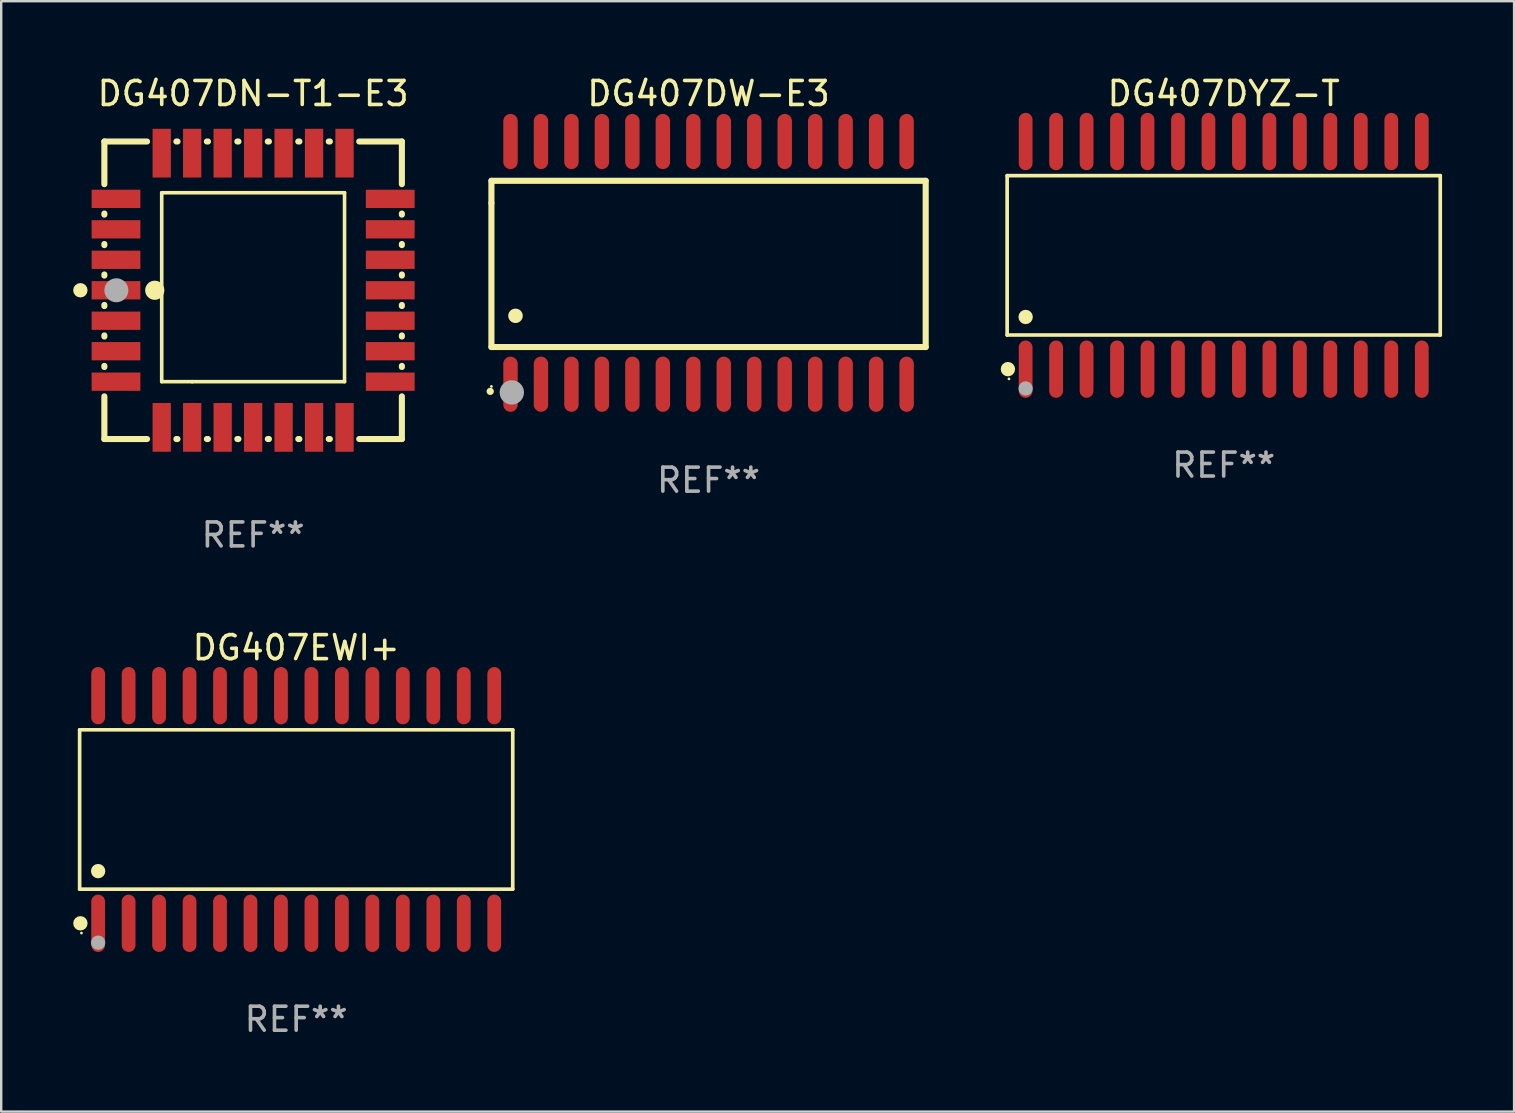
<source format=kicad_pcb>
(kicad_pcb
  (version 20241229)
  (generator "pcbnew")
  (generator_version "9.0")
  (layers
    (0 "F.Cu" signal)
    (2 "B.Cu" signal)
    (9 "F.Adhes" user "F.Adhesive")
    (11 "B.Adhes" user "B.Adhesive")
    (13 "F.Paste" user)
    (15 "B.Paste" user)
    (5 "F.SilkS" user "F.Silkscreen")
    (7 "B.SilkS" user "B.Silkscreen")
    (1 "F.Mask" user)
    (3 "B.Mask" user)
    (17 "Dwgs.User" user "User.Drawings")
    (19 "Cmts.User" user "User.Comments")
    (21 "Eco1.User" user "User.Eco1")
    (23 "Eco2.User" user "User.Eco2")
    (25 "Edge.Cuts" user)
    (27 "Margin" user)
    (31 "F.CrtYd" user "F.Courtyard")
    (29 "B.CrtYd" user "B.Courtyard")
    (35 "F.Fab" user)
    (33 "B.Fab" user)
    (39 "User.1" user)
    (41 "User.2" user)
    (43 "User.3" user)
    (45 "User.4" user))
  (footprint "DG407DW-E3"
    (layer "F.Cu")
    (at 26.482 7.906)
    (property "Reference" "DG407DW-E3" (at 0 -7.058 0) (layer "F.SilkS") (effects (font (size 1 1) (thickness 0.15))))
    (attr through_hole)
    (fp_line (start -9.05 -3.42) (end 9.05 -3.42) (stroke (width 0.254) (type solid)) (layer "F.SilkS"))
    (fp_line (start -9.05 -2.492) (end -9.05 -3.42) (stroke (width 0.254) (type solid)) (layer "F.SilkS"))
    (fp_line (start -9.05 3.508) (end -9.05 -2.492) (stroke (width 0.254) (type solid)) (layer "F.SilkS"))
    (fp_line (start 9.05 -3.42) (end 9.05 3.508) (stroke (width 0.254) (type solid)) (layer "F.SilkS"))
    (fp_line (start 9.05 3.508) (end -9.05 3.508) (stroke (width 0.254) (type solid)) (layer "F.SilkS"))
    (fp_arc (start -9.100838 5.35649) (mid -9.099568 5.356485) (end -9.098298 5.35649) (stroke (width 0.3) (type solid)) (layer "F.SilkS"))
    (fp_arc (start -8.049276 2.206883) (mid -8.046736 2.206872) (end -8.044196 2.206883) (stroke (width 0.6) (type solid)) (layer "F.SilkS"))
    (fp_circle (center -9.05 5.15) (end -9.02 5.15) (stroke (width 0.06) (type solid)) (fill no) (layer "F.SilkS"))
    (fp_circle (center -8.2 5.4) (end -7.946 5.4) (stroke (width 0.508) (type solid)) (fill no) (layer "F.Fab"))
    (fp_text user "REF**" (at 0 9.058 0) (layer "F.Fab") (effects (font (size 1 1) (thickness 0.15))))
    (pad "1" smd oval (at -8.255 5.058 180) (size 0.6 2.3) (layers "F.Cu" "F.Mask" "F.Paste"))
    (pad "2" smd oval (at -6.985 5.058 180) (size 0.6 2.3) (layers "F.Cu" "F.Mask" "F.Paste"))
    (pad "3" smd oval (at -5.715 5.058 180) (size 0.6 2.3) (layers "F.Cu" "F.Mask" "F.Paste"))
    (pad "4" smd oval (at -4.445 5.058 180) (size 0.6 2.3) (layers "F.Cu" "F.Mask" "F.Paste"))
    (pad "5" smd oval (at -3.175 5.058 180) (size 0.6 2.3) (layers "F.Cu" "F.Mask" "F.Paste"))
    (pad "6" smd oval (at -1.905 5.058 180) (size 0.6 2.3) (layers "F.Cu" "F.Mask" "F.Paste"))
    (pad "7" smd oval (at -0.635 5.058 180) (size 0.6 2.3) (layers "F.Cu" "F.Mask" "F.Paste"))
    (pad "8" smd oval (at 0.635 5.058 180) (size 0.6 2.3) (layers "F.Cu" "F.Mask" "F.Paste"))
    (pad "9" smd oval (at 1.905 5.058 180) (size 0.6 2.3) (layers "F.Cu" "F.Mask" "F.Paste"))
    (pad "10" smd oval (at 3.175 5.058 180) (size 0.6 2.3) (layers "F.Cu" "F.Mask" "F.Paste"))
    (pad "11" smd oval (at 4.445 5.058 180) (size 0.6 2.3) (layers "F.Cu" "F.Mask" "F.Paste"))
    (pad "12" smd oval (at 5.715 5.058 180) (size 0.6 2.3) (layers "F.Cu" "F.Mask" "F.Paste"))
    (pad "13" smd oval (at 6.985 5.058 180) (size 0.6 2.3) (layers "F.Cu" "F.Mask" "F.Paste"))
    (pad "14" smd oval (at 8.255 5.058 180) (size 0.6 2.3) (layers "F.Cu" "F.Mask" "F.Paste"))
    (pad "15" smd oval (at 8.255 -5.058 180) (size 0.6 2.3) (layers "F.Cu" "F.Mask" "F.Paste"))
    (pad "16" smd oval (at 6.985 -5.058 180) (size 0.6 2.3) (layers "F.Cu" "F.Mask" "F.Paste"))
    (pad "17" smd oval (at 5.715 -5.058 180) (size 0.6 2.3) (layers "F.Cu" "F.Mask" "F.Paste"))
    (pad "18" smd oval (at 4.445 -5.058 180) (size 0.6 2.3) (layers "F.Cu" "F.Mask" "F.Paste"))
    (pad "19" smd oval (at 3.175 -5.058 180) (size 0.6 2.3) (layers "F.Cu" "F.Mask" "F.Paste"))
    (pad "20" smd oval (at 1.905 -5.058 180) (size 0.6 2.3) (layers "F.Cu" "F.Mask" "F.Paste"))
    (pad "21" smd oval (at 0.635 -5.058 180) (size 0.6 2.3) (layers "F.Cu" "F.Mask" "F.Paste"))
    (pad "22" smd oval (at -0.635 -5.058 180) (size 0.6 2.3) (layers "F.Cu" "F.Mask" "F.Paste"))
    (pad "23" smd oval (at -1.905 -5.058 180) (size 0.6 2.3) (layers "F.Cu" "F.Mask" "F.Paste"))
    (pad "24" smd oval (at -3.175 -5.058 180) (size 0.6 2.3) (layers "F.Cu" "F.Mask" "F.Paste"))
    (pad "25" smd oval (at -4.445 -5.058 180) (size 0.6 2.3) (layers "F.Cu" "F.Mask" "F.Paste"))
    (pad "26" smd oval (at -5.715 -5.058 180) (size 0.6 2.3) (layers "F.Cu" "F.Mask" "F.Paste"))
    (pad "27" smd oval (at -6.985 -5.058 180) (size 0.6 2.3) (layers "F.Cu" "F.Mask" "F.Paste"))
    (pad "28" smd oval (at -8.255 -5.058 180) (size 0.6 2.3) (layers "F.Cu" "F.Mask" "F.Paste")))
  (footprint "DG407DYZ-T"
    (layer "F.Cu")
    (at 47.953 7.592)
    (property "Reference" "DG407DYZ-T" (at 0 -6.744 0) (layer "F.SilkS") (effects (font (size 1 1) (thickness 0.15))))
    (attr through_hole)
    (fp_line (start -9.026 -3.321) (end 9.026 -3.321) (stroke (width 0.152) (type solid)) (layer "F.SilkS"))
    (fp_line (start -9.026 3.321) (end -9.026 -3.321) (stroke (width 0.152) (type solid)) (layer "F.SilkS"))
    (fp_line (start 9.026 -3.321) (end 9.026 3.321) (stroke (width 0.152) (type solid)) (layer "F.SilkS"))
    (fp_line (start 9.026 3.321) (end -9.026 3.321) (stroke (width 0.152) (type solid)) (layer "F.SilkS"))
    (fp_circle (center -8.994 4.744) (end -8.844 4.744) (stroke (width 0.3) (type solid)) (fill no) (layer "F.SilkS"))
    (fp_circle (center -8.95 5.15) (end -8.92 5.15) (stroke (width 0.06) (type solid)) (fill no) (layer "F.SilkS"))
    (fp_circle (center -8.255 2.569) (end -8.105 2.569) (stroke (width 0.3) (type solid)) (fill no) (layer "F.SilkS"))
    (fp_circle (center -8.255 5.55) (end -8.105 5.55) (stroke (width 0.3) (type solid)) (fill no) (layer "F.Fab"))
    (fp_text user "REF**" (at 0 8.744 0) (layer "F.Fab") (effects (font (size 1 1) (thickness 0.15))))
    (pad "1" smd oval (at -8.255 4.744) (size 0.574 2.388) (layers "F.Cu" "F.Mask" "F.Paste"))
    (pad "2" smd oval (at -6.985 4.744) (size 0.574 2.388) (layers "F.Cu" "F.Mask" "F.Paste"))
    (pad "3" smd oval (at -5.715 4.744) (size 0.574 2.388) (layers "F.Cu" "F.Mask" "F.Paste"))
    (pad "4" smd oval (at -4.445 4.744) (size 0.574 2.388) (layers "F.Cu" "F.Mask" "F.Paste"))
    (pad "5" smd oval (at -3.175 4.744) (size 0.574 2.388) (layers "F.Cu" "F.Mask" "F.Paste"))
    (pad "6" smd oval (at -1.905 4.744) (size 0.574 2.388) (layers "F.Cu" "F.Mask" "F.Paste"))
    (pad "7" smd oval (at -0.635 4.744) (size 0.574 2.388) (layers "F.Cu" "F.Mask" "F.Paste"))
    (pad "8" smd oval (at 0.635 4.744) (size 0.574 2.388) (layers "F.Cu" "F.Mask" "F.Paste"))
    (pad "9" smd oval (at 1.905 4.744) (size 0.574 2.388) (layers "F.Cu" "F.Mask" "F.Paste"))
    (pad "10" smd oval (at 3.175 4.744) (size 0.574 2.388) (layers "F.Cu" "F.Mask" "F.Paste"))
    (pad "11" smd oval (at 4.445 4.744) (size 0.574 2.388) (layers "F.Cu" "F.Mask" "F.Paste"))
    (pad "12" smd oval (at 5.715 4.744) (size 0.574 2.388) (layers "F.Cu" "F.Mask" "F.Paste"))
    (pad "13" smd oval (at 6.985 4.744) (size 0.574 2.388) (layers "F.Cu" "F.Mask" "F.Paste"))
    (pad "14" smd oval (at 8.255 4.744) (size 0.574 2.388) (layers "F.Cu" "F.Mask" "F.Paste"))
    (pad "15" smd oval (at 8.255 -4.744) (size 0.574 2.388) (layers "F.Cu" "F.Mask" "F.Paste"))
    (pad "16" smd oval (at 6.985 -4.744) (size 0.574 2.388) (layers "F.Cu" "F.Mask" "F.Paste"))
    (pad "17" smd oval (at 5.715 -4.744) (size 0.574 2.388) (layers "F.Cu" "F.Mask" "F.Paste"))
    (pad "18" smd oval (at 4.445 -4.744) (size 0.574 2.388) (layers "F.Cu" "F.Mask" "F.Paste"))
    (pad "19" smd oval (at 3.175 -4.744) (size 0.574 2.388) (layers "F.Cu" "F.Mask" "F.Paste"))
    (pad "20" smd oval (at 1.905 -4.744) (size 0.574 2.388) (layers "F.Cu" "F.Mask" "F.Paste"))
    (pad "21" smd oval (at 0.635 -4.744) (size 0.574 2.388) (layers "F.Cu" "F.Mask" "F.Paste"))
    (pad "22" smd oval (at -0.635 -4.744) (size 0.574 2.388) (layers "F.Cu" "F.Mask" "F.Paste"))
    (pad "23" smd oval (at -1.905 -4.744) (size 0.574 2.388) (layers "F.Cu" "F.Mask" "F.Paste"))
    (pad "24" smd oval (at -3.175 -4.744) (size 0.574 2.388) (layers "F.Cu" "F.Mask" "F.Paste"))
    (pad "25" smd oval (at -4.445 -4.744) (size 0.574 2.388) (layers "F.Cu" "F.Mask" "F.Paste"))
    (pad "26" smd oval (at -5.715 -4.744) (size 0.574 2.388) (layers "F.Cu" "F.Mask" "F.Paste"))
    (pad "27" smd oval (at -6.985 -4.744) (size 0.574 2.388) (layers "F.Cu" "F.Mask" "F.Paste"))
    (pad "28" smd oval (at -8.255 -4.744) (size 0.574 2.388) (layers "F.Cu" "F.Mask" "F.Paste")))
  (footprint "DG407DN-T1-E3"
    (layer "F.Cu")
    (at 7.5 9.048)
    (property "Reference" "DG407DN-T1-E3" (at 0 -8.2 0) (layer "F.SilkS") (effects (font (size 1 1) (thickness 0.15))))
    (attr through_hole)
    (fp_line (start -6.2 -6.2) (end -4.422 -6.2) (stroke (width 0.254) (type solid)) (layer "F.SilkS"))
    (fp_line (start -6.2 -4.422) (end -6.2 -6.2) (stroke (width 0.254) (type solid)) (layer "F.SilkS"))
    (fp_line (start -6.2 -3.152) (end -6.2 -3.198) (stroke (width 0.254) (type solid)) (layer "F.SilkS"))
    (fp_line (start -6.2 -1.882) (end -6.2 -1.928) (stroke (width 0.254) (type solid)) (layer "F.SilkS"))
    (fp_line (start -6.2 -0.612) (end -6.2 -0.658) (stroke (width 0.254) (type solid)) (layer "F.SilkS"))
    (fp_line (start -6.2 0.658) (end -6.2 0.612) (stroke (width 0.254) (type solid)) (layer "F.SilkS"))
    (fp_line (start -6.2 1.928) (end -6.2 1.882) (stroke (width 0.254) (type solid)) (layer "F.SilkS"))
    (fp_line (start -6.2 3.198) (end -6.2 3.152) (stroke (width 0.254) (type solid)) (layer "F.SilkS"))
    (fp_line (start -6.2 6.2) (end -6.2 4.422) (stroke (width 0.254) (type solid)) (layer "F.SilkS"))
    (fp_line (start -4.422 6.2) (end -6.2 6.2) (stroke (width 0.254) (type solid)) (layer "F.SilkS"))
    (fp_line (start -3.81 -4.064) (end 3.81 -4.064) (stroke (width 0.15) (type solid)) (layer "F.SilkS"))
    (fp_line (start -3.81 3.81) (end -3.81 -4.064) (stroke (width 0.15) (type solid)) (layer "F.SilkS"))
    (fp_line (start -3.198 -6.2) (end -3.152 -6.2) (stroke (width 0.254) (type solid)) (layer "F.SilkS"))
    (fp_line (start -3.152 6.2) (end -3.198 6.2) (stroke (width 0.254) (type solid)) (layer "F.SilkS"))
    (fp_line (start -2.54 3.81) (end -3.81 3.81) (stroke (width 0.15) (type solid)) (layer "F.SilkS"))
    (fp_line (start -1.928 -6.2) (end -1.882 -6.2) (stroke (width 0.254) (type solid)) (layer "F.SilkS"))
    (fp_line (start -1.882 6.2) (end -1.928 6.2) (stroke (width 0.254) (type solid)) (layer "F.SilkS"))
    (fp_line (start -0.658 -6.2) (end -0.612 -6.2) (stroke (width 0.254) (type solid)) (layer "F.SilkS"))
    (fp_line (start -0.612 6.2) (end -0.658 6.2) (stroke (width 0.254) (type solid)) (layer "F.SilkS"))
    (fp_line (start 0.612 -6.2) (end 0.658 -6.2) (stroke (width 0.254) (type solid)) (layer "F.SilkS"))
    (fp_line (start 0.658 6.2) (end 0.612 6.2) (stroke (width 0.254) (type solid)) (layer "F.SilkS"))
    (fp_line (start 1.882 -6.2) (end 1.928 -6.2) (stroke (width 0.254) (type solid)) (layer "F.SilkS"))
    (fp_line (start 1.928 6.2) (end 1.882 6.2) (stroke (width 0.254) (type solid)) (layer "F.SilkS"))
    (fp_line (start 3.152 -6.2) (end 3.198 -6.2) (stroke (width 0.254) (type solid)) (layer "F.SilkS"))
    (fp_line (start 3.198 6.2) (end 3.152 6.2) (stroke (width 0.254) (type solid)) (layer "F.SilkS"))
    (fp_line (start 3.81 -4.064) (end 3.81 3.81) (stroke (width 0.15) (type solid)) (layer "F.SilkS"))
    (fp_line (start 3.81 3.81) (end -2.54 3.81) (stroke (width 0.15) (type solid)) (layer "F.SilkS"))
    (fp_line (start 4.422 -6.2) (end 6.2 -6.2) (stroke (width 0.254) (type solid)) (layer "F.SilkS"))
    (fp_line (start 6.2 -6.2) (end 6.2 -4.422) (stroke (width 0.254) (type solid)) (layer "F.SilkS"))
    (fp_line (start 6.2 -3.198) (end 6.2 -3.152) (stroke (width 0.254) (type solid)) (layer "F.SilkS"))
    (fp_line (start 6.2 -1.928) (end 6.2 -1.882) (stroke (width 0.254) (type solid)) (layer "F.SilkS"))
    (fp_line (start 6.2 -0.658) (end 6.2 -0.612) (stroke (width 0.254) (type solid)) (layer "F.SilkS"))
    (fp_line (start 6.2 0.612) (end 6.2 0.658) (stroke (width 0.254) (type solid)) (layer "F.SilkS"))
    (fp_line (start 6.2 1.882) (end 6.2 1.928) (stroke (width 0.254) (type solid)) (layer "F.SilkS"))
    (fp_line (start 6.2 3.152) (end 6.2 3.198) (stroke (width 0.254) (type solid)) (layer "F.SilkS"))
    (fp_line (start 6.2 4.422) (end 6.2 6.2) (stroke (width 0.254) (type solid)) (layer "F.SilkS"))
    (fp_line (start 6.2 6.2) (end 4.422 6.2) (stroke (width 0.254) (type solid)) (layer "F.SilkS"))
    (fp_circle (center -7.2 0) (end -7.05 0) (stroke (width 0.3) (type solid)) (fill no) (layer "F.SilkS"))
    (fp_circle (center -6.223 6.223) (end -6.193 6.223) (stroke (width 0.06) (type solid)) (fill no) (layer "F.SilkS"))
    (fp_circle (center -4.1 0) (end -3.9 0) (stroke (width 0.4) (type solid)) (fill no) (layer "F.SilkS"))
    (fp_circle (center -5.7 0) (end -5.45 0) (stroke (width 0.5) (type solid)) (fill no) (layer "F.Fab"))
    (fp_text user "REF**" (at 0 10.2 0) (layer "F.Fab") (effects (font (size 1 1) (thickness 0.15))))
    (pad "1" smd rect (at -5.715 0) (size 2.032 0.762) (layers "F.Cu" "F.Mask" "F.Paste"))
    (pad "2" smd rect (at -5.715 1.27) (size 2.032 0.762) (layers "F.Cu" "F.Mask" "F.Paste"))
    (pad "3" smd rect (at -5.715 2.54) (size 2.032 0.762) (layers "F.Cu" "F.Mask" "F.Paste"))
    (pad "4" smd rect (at -5.715 3.81) (size 2.032 0.762) (layers "F.Cu" "F.Mask" "F.Paste"))
    (pad "5" smd rect (at -3.81 5.715) (size 0.762 2.032) (layers "F.Cu" "F.Mask" "F.Paste"))
    (pad "6" smd rect (at -2.54 5.715) (size 0.762 2.032) (layers "F.Cu" "F.Mask" "F.Paste"))
    (pad "7" smd rect (at -1.27 5.715) (size 0.762 2.032) (layers "F.Cu" "F.Mask" "F.Paste"))
    (pad "8" smd rect (at 0 5.715) (size 0.762 2.032) (layers "F.Cu" "F.Mask" "F.Paste"))
    (pad "9" smd rect (at 1.27 5.715) (size 0.762 2.032) (layers "F.Cu" "F.Mask" "F.Paste"))
    (pad "10" smd rect (at 2.54 5.715) (size 0.762 2.032) (layers "F.Cu" "F.Mask" "F.Paste"))
    (pad "11" smd rect (at 3.81 5.715) (size 0.762 2.032) (layers "F.Cu" "F.Mask" "F.Paste"))
    (pad "12" smd rect (at 5.715 3.81) (size 2.032 0.762) (layers "F.Cu" "F.Mask" "F.Paste"))
    (pad "13" smd rect (at 5.715 2.54) (size 2.032 0.762) (layers "F.Cu" "F.Mask" "F.Paste"))
    (pad "14" smd rect (at 5.715 1.27) (size 2.032 0.762) (layers "F.Cu" "F.Mask" "F.Paste"))
    (pad "15" smd rect (at 5.715 0) (size 2.032 0.762) (layers "F.Cu" "F.Mask" "F.Paste"))
    (pad "16" smd rect (at 5.715 -1.27) (size 2.032 0.762) (layers "F.Cu" "F.Mask" "F.Paste"))
    (pad "17" smd rect (at 5.715 -2.54) (size 2.032 0.762) (layers "F.Cu" "F.Mask" "F.Paste"))
    (pad "18" smd rect (at 5.715 -3.81) (size 2.032 0.762) (layers "F.Cu" "F.Mask" "F.Paste"))
    (pad "19" smd rect (at 3.81 -5.715) (size 0.762 2.032) (layers "F.Cu" "F.Mask" "F.Paste"))
    (pad "20" smd rect (at 2.54 -5.715) (size 0.762 2.032) (layers "F.Cu" "F.Mask" "F.Paste"))
    (pad "21" smd rect (at 1.27 -5.715) (size 0.762 2.032) (layers "F.Cu" "F.Mask" "F.Paste"))
    (pad "22" smd rect (at 0 -5.715) (size 0.762 2.032) (layers "F.Cu" "F.Mask" "F.Paste"))
    (pad "23" smd rect (at -1.27 -5.715) (size 0.762 2.032) (layers "F.Cu" "F.Mask" "F.Paste"))
    (pad "24" smd rect (at -2.54 -5.715) (size 0.762 2.032) (layers "F.Cu" "F.Mask" "F.Paste"))
    (pad "25" smd rect (at -3.81 -5.715) (size 0.762 2.032) (layers "F.Cu" "F.Mask" "F.Paste"))
    (pad "26" smd rect (at -5.715 -3.81) (size 2.032 0.762) (layers "F.Cu" "F.Mask" "F.Paste"))
    (pad "27" smd rect (at -5.715 -2.54) (size 2.032 0.762) (layers "F.Cu" "F.Mask" "F.Paste"))
    (pad "28" smd rect (at -5.715 -1.27) (size 2.032 0.762) (layers "F.Cu" "F.Mask" "F.Paste")))
  (footprint "DG407EWI+"
    (layer "F.Cu")
    (at 9.295 30.689)
    (property "Reference" "DG407EWI+" (at 0 -6.744 0) (layer "F.SilkS") (effects (font (size 1 1) (thickness 0.15))))
    (attr through_hole)
    (fp_line (start -9.026 -3.321) (end 9.026 -3.321) (stroke (width 0.152) (type solid)) (layer "F.SilkS"))
    (fp_line (start -9.026 3.321) (end -9.026 -3.321) (stroke (width 0.152) (type solid)) (layer "F.SilkS"))
    (fp_line (start 9.026 -3.321) (end 9.026 3.321) (stroke (width 0.152) (type solid)) (layer "F.SilkS"))
    (fp_line (start 9.026 3.321) (end -9.026 3.321) (stroke (width 0.152) (type solid)) (layer "F.SilkS"))
    (fp_circle (center -8.994 4.744) (end -8.844 4.744) (stroke (width 0.3) (type solid)) (fill no) (layer "F.SilkS"))
    (fp_circle (center -8.95 5.15) (end -8.92 5.15) (stroke (width 0.06) (type solid)) (fill no) (layer "F.SilkS"))
    (fp_circle (center -8.255 2.569) (end -8.105 2.569) (stroke (width 0.3) (type solid)) (fill no) (layer "F.SilkS"))
    (fp_circle (center -8.255 5.55) (end -8.105 5.55) (stroke (width 0.3) (type solid)) (fill no) (layer "F.Fab"))
    (fp_text user "REF**" (at 0 8.744 0) (layer "F.Fab") (effects (font (size 1 1) (thickness 0.15))))
    (pad "1" smd oval (at -8.255 4.744) (size 0.574 2.388) (layers "F.Cu" "F.Mask" "F.Paste"))
    (pad "2" smd oval (at -6.985 4.744) (size 0.574 2.388) (layers "F.Cu" "F.Mask" "F.Paste"))
    (pad "3" smd oval (at -5.715 4.744) (size 0.574 2.388) (layers "F.Cu" "F.Mask" "F.Paste"))
    (pad "4" smd oval (at -4.445 4.744) (size 0.574 2.388) (layers "F.Cu" "F.Mask" "F.Paste"))
    (pad "5" smd oval (at -3.175 4.744) (size 0.574 2.388) (layers "F.Cu" "F.Mask" "F.Paste"))
    (pad "6" smd oval (at -1.905 4.744) (size 0.574 2.388) (layers "F.Cu" "F.Mask" "F.Paste"))
    (pad "7" smd oval (at -0.635 4.744) (size 0.574 2.388) (layers "F.Cu" "F.Mask" "F.Paste"))
    (pad "8" smd oval (at 0.635 4.744) (size 0.574 2.388) (layers "F.Cu" "F.Mask" "F.Paste"))
    (pad "9" smd oval (at 1.905 4.744) (size 0.574 2.388) (layers "F.Cu" "F.Mask" "F.Paste"))
    (pad "10" smd oval (at 3.175 4.744) (size 0.574 2.388) (layers "F.Cu" "F.Mask" "F.Paste"))
    (pad "11" smd oval (at 4.445 4.744) (size 0.574 2.388) (layers "F.Cu" "F.Mask" "F.Paste"))
    (pad "12" smd oval (at 5.715 4.744) (size 0.574 2.388) (layers "F.Cu" "F.Mask" "F.Paste"))
    (pad "13" smd oval (at 6.985 4.744) (size 0.574 2.388) (layers "F.Cu" "F.Mask" "F.Paste"))
    (pad "14" smd oval (at 8.255 4.744) (size 0.574 2.388) (layers "F.Cu" "F.Mask" "F.Paste"))
    (pad "15" smd oval (at 8.255 -4.744) (size 0.574 2.388) (layers "F.Cu" "F.Mask" "F.Paste"))
    (pad "16" smd oval (at 6.985 -4.744) (size 0.574 2.388) (layers "F.Cu" "F.Mask" "F.Paste"))
    (pad "17" smd oval (at 5.715 -4.744) (size 0.574 2.388) (layers "F.Cu" "F.Mask" "F.Paste"))
    (pad "18" smd oval (at 4.445 -4.744) (size 0.574 2.388) (layers "F.Cu" "F.Mask" "F.Paste"))
    (pad "19" smd oval (at 3.175 -4.744) (size 0.574 2.388) (layers "F.Cu" "F.Mask" "F.Paste"))
    (pad "20" smd oval (at 1.905 -4.744) (size 0.574 2.388) (layers "F.Cu" "F.Mask" "F.Paste"))
    (pad "21" smd oval (at 0.635 -4.744) (size 0.574 2.388) (layers "F.Cu" "F.Mask" "F.Paste"))
    (pad "22" smd oval (at -0.635 -4.744) (size 0.574 2.388) (layers "F.Cu" "F.Mask" "F.Paste"))
    (pad "23" smd oval (at -1.905 -4.744) (size 0.574 2.388) (layers "F.Cu" "F.Mask" "F.Paste"))
    (pad "24" smd oval (at -3.175 -4.744) (size 0.574 2.388) (layers "F.Cu" "F.Mask" "F.Paste"))
    (pad "25" smd oval (at -4.445 -4.744) (size 0.574 2.388) (layers "F.Cu" "F.Mask" "F.Paste"))
    (pad "26" smd oval (at -5.715 -4.744) (size 0.574 2.388) (layers "F.Cu" "F.Mask" "F.Paste"))
    (pad "27" smd oval (at -6.985 -4.744) (size 0.574 2.388) (layers "F.Cu" "F.Mask" "F.Paste"))
    (pad "28" smd oval (at -8.255 -4.744) (size 0.574 2.388) (layers "F.Cu" "F.Mask" "F.Paste")))
  (gr_rect
    (start -3 -3)
    (end 60.056 43.281)
    (stroke (width 0.1) (type default))
    (fill no)
    (layer "Edge.Cuts")))
</source>
